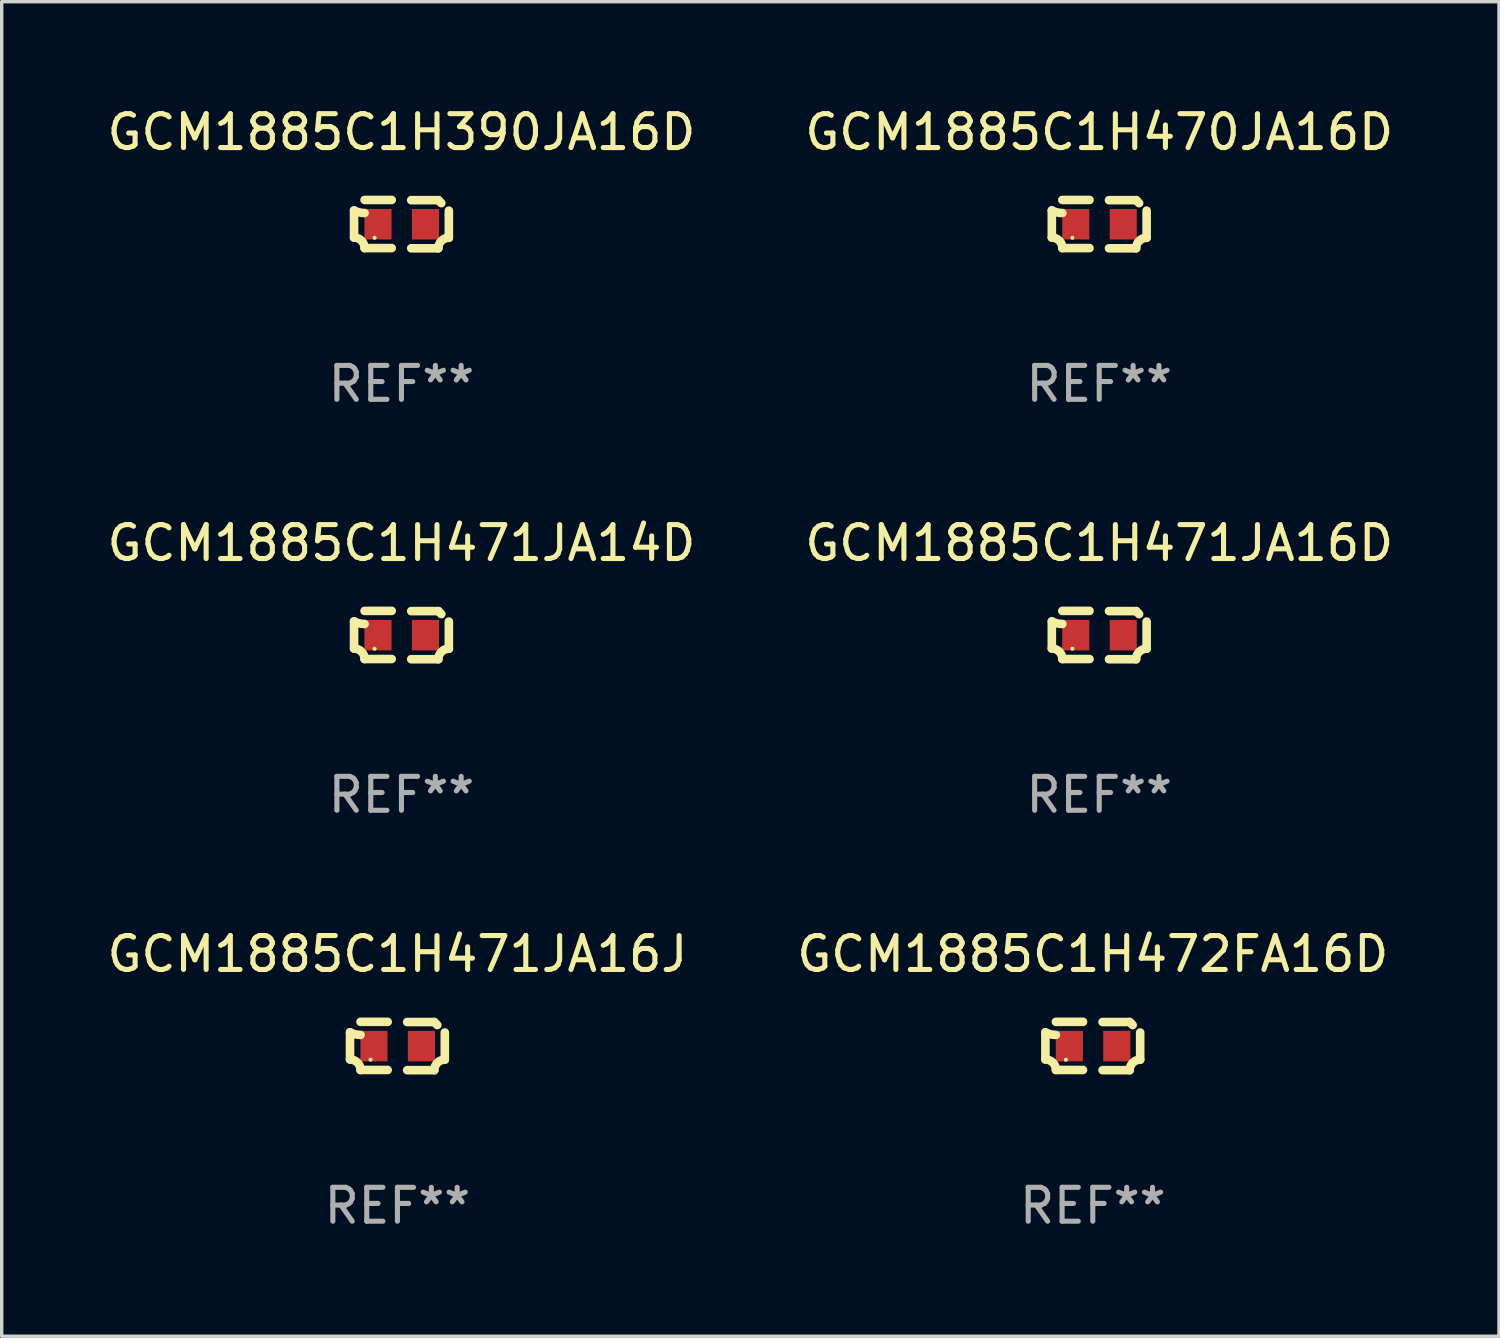
<source format=kicad_pcb>
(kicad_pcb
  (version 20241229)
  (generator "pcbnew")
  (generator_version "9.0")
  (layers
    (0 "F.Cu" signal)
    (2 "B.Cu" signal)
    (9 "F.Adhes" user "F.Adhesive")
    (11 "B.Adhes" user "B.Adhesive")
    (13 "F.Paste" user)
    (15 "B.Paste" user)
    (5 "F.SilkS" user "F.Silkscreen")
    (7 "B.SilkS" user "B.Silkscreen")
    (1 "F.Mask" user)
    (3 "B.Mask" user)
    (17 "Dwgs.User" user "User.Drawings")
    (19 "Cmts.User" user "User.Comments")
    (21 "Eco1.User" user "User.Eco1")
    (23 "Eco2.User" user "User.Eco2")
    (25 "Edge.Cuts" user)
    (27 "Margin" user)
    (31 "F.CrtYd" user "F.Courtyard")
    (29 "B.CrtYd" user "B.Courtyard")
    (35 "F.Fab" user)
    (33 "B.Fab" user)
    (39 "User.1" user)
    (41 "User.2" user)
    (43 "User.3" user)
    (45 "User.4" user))
  (footprint "GCM1885C1H472FA16D"
    (layer "F.Cu")
    (at 29.185 27.805)
    (property "Reference" "GCM1885C1H472FA16D" (at 0 -2.713 0) (layer "F.SilkS") (effects (font (size 1 1) (thickness 0.15))))
    (attr through_hole)
    (fp_line (start -1.398 -0.403) (end -1.398 0.397) (stroke (width 0.254) (type solid)) (layer "F.SilkS"))
    (fp_line (start -0.288 -0.713) (end -1.088 -0.713) (stroke (width 0.254) (type solid)) (layer "F.SilkS"))
    (fp_line (start -0.288 0.707) (end -1.088 0.707) (stroke (width 0.254) (type solid)) (layer "F.SilkS"))
    (fp_line (start 0.288 -0.707) (end 1.088 -0.707) (stroke (width 0.254) (type solid)) (layer "F.SilkS"))
    (fp_line (start 0.288 0.713) (end 1.088 0.713) (stroke (width 0.254) (type solid)) (layer "F.SilkS"))
    (fp_line (start 1.398 -0.397) (end 1.398 0.403) (stroke (width 0.254) (type solid)) (layer "F.SilkS"))
    (fp_arc (start -1.397789 0.397066) (mid -1.178701 0.487826) (end -1.08796 0.706922) (stroke (width 0.254001) (type solid)) (layer "F.SilkS"))
    (fp_arc (start -1.08796 -0.327176) (mid -1.247436 -0.346384) (end -1.39779 -0.402908) (stroke (width 0.254001) (type solid)) (layer "F.SilkS"))
    (fp_arc (start 1.087909 0.712738) (mid 1.178656 0.493655) (end 1.397739 0.402908) (stroke (width 0.254001) (type solid)) (layer "F.SilkS"))
    (fp_arc (start 1.175925 -0.618926) (mid 1.131917 -0.662923) (end 1.08791 -0.706922) (stroke (width 0.254001) (type solid)) (layer "F.SilkS"))
    (fp_circle (center -0.792 0.403) (end -0.762 0.403) (stroke (width 0.06) (type solid)) (fill no) (layer "F.SilkS"))
    (fp_text user "REF**" (at 0 4.713 0) (layer "F.Fab") (effects (font (size 1 1) (thickness 0.15))))
    (pad "1" smd rect (at -0.692 0.003) (size 0.8 0.9) (layers "F.Cu" "F.Mask" "F.Paste"))
    (pad "2" smd rect (at 0.708 0.003) (size 0.8 0.9) (layers "F.Cu" "F.Mask" "F.Paste")))
  (footprint "GCM1885C1H390JA16D"
    (layer "F.Cu")
    (at 8.792 3.561)
    (property "Reference" "GCM1885C1H390JA16D" (at 0 -2.713 0) (layer "F.SilkS") (effects (font (size 1 1) (thickness 0.15))))
    (attr through_hole)
    (fp_line (start -1.398 -0.403) (end -1.398 0.397) (stroke (width 0.254) (type solid)) (layer "F.SilkS"))
    (fp_line (start -0.288 -0.713) (end -1.088 -0.713) (stroke (width 0.254) (type solid)) (layer "F.SilkS"))
    (fp_line (start -0.288 0.707) (end -1.088 0.707) (stroke (width 0.254) (type solid)) (layer "F.SilkS"))
    (fp_line (start 0.288 -0.707) (end 1.088 -0.707) (stroke (width 0.254) (type solid)) (layer "F.SilkS"))
    (fp_line (start 0.288 0.713) (end 1.088 0.713) (stroke (width 0.254) (type solid)) (layer "F.SilkS"))
    (fp_line (start 1.398 -0.397) (end 1.398 0.403) (stroke (width 0.254) (type solid)) (layer "F.SilkS"))
    (fp_arc (start -1.397789 0.397066) (mid -1.178701 0.487826) (end -1.08796 0.706922) (stroke (width 0.254001) (type solid)) (layer "F.SilkS"))
    (fp_arc (start -1.08796 -0.327176) (mid -1.247436 -0.346384) (end -1.39779 -0.402908) (stroke (width 0.254001) (type solid)) (layer "F.SilkS"))
    (fp_arc (start 1.087909 0.712738) (mid 1.178656 0.493655) (end 1.397739 0.402908) (stroke (width 0.254001) (type solid)) (layer "F.SilkS"))
    (fp_arc (start 1.175925 -0.618926) (mid 1.131917 -0.662923) (end 1.08791 -0.706922) (stroke (width 0.254001) (type solid)) (layer "F.SilkS"))
    (fp_circle (center -0.792 0.403) (end -0.762 0.403) (stroke (width 0.06) (type solid)) (fill no) (layer "F.SilkS"))
    (fp_text user "REF**" (at 0 4.713 0) (layer "F.Fab") (effects (font (size 1 1) (thickness 0.15))))
    (pad "1" smd rect (at -0.692 0.003) (size 0.8 0.9) (layers "F.Cu" "F.Mask" "F.Paste"))
    (pad "2" smd rect (at 0.708 0.003) (size 0.8 0.9) (layers "F.Cu" "F.Mask" "F.Paste")))
  (footprint "GCM1885C1H471JA16D"
    (layer "F.Cu")
    (at 29.375 15.683)
    (property "Reference" "GCM1885C1H471JA16D" (at 0 -2.713 0) (layer "F.SilkS") (effects (font (size 1 1) (thickness 0.15))))
    (attr through_hole)
    (fp_line (start -1.398 -0.403) (end -1.398 0.397) (stroke (width 0.254) (type solid)) (layer "F.SilkS"))
    (fp_line (start -0.288 -0.713) (end -1.088 -0.713) (stroke (width 0.254) (type solid)) (layer "F.SilkS"))
    (fp_line (start -0.288 0.707) (end -1.088 0.707) (stroke (width 0.254) (type solid)) (layer "F.SilkS"))
    (fp_line (start 0.288 -0.707) (end 1.088 -0.707) (stroke (width 0.254) (type solid)) (layer "F.SilkS"))
    (fp_line (start 0.288 0.713) (end 1.088 0.713) (stroke (width 0.254) (type solid)) (layer "F.SilkS"))
    (fp_line (start 1.398 -0.397) (end 1.398 0.403) (stroke (width 0.254) (type solid)) (layer "F.SilkS"))
    (fp_arc (start -1.397789 0.397066) (mid -1.178701 0.487826) (end -1.08796 0.706922) (stroke (width 0.254001) (type solid)) (layer "F.SilkS"))
    (fp_arc (start -1.08796 -0.327176) (mid -1.247436 -0.346384) (end -1.39779 -0.402908) (stroke (width 0.254001) (type solid)) (layer "F.SilkS"))
    (fp_arc (start 1.087909 0.712738) (mid 1.178656 0.493655) (end 1.397739 0.402908) (stroke (width 0.254001) (type solid)) (layer "F.SilkS"))
    (fp_arc (start 1.175925 -0.618926) (mid 1.131917 -0.662923) (end 1.08791 -0.706922) (stroke (width 0.254001) (type solid)) (layer "F.SilkS"))
    (fp_circle (center -0.792 0.403) (end -0.762 0.403) (stroke (width 0.06) (type solid)) (fill no) (layer "F.SilkS"))
    (fp_text user "REF**" (at 0 4.713 0) (layer "F.Fab") (effects (font (size 1 1) (thickness 0.15))))
    (pad "1" smd rect (at -0.692 0.003) (size 0.8 0.9) (layers "F.Cu" "F.Mask" "F.Paste"))
    (pad "2" smd rect (at 0.708 0.003) (size 0.8 0.9) (layers "F.Cu" "F.Mask" "F.Paste")))
  (footprint "GCM1885C1H471JA16J"
    (layer "F.Cu")
    (at 8.673 27.805)
    (property "Reference" "GCM1885C1H471JA16J" (at 0 -2.713 0) (layer "F.SilkS") (effects (font (size 1 1) (thickness 0.15))))
    (attr through_hole)
    (fp_line (start -1.398 -0.403) (end -1.398 0.397) (stroke (width 0.254) (type solid)) (layer "F.SilkS"))
    (fp_line (start -0.288 -0.713) (end -1.088 -0.713) (stroke (width 0.254) (type solid)) (layer "F.SilkS"))
    (fp_line (start -0.288 0.707) (end -1.088 0.707) (stroke (width 0.254) (type solid)) (layer "F.SilkS"))
    (fp_line (start 0.288 -0.707) (end 1.088 -0.707) (stroke (width 0.254) (type solid)) (layer "F.SilkS"))
    (fp_line (start 0.288 0.713) (end 1.088 0.713) (stroke (width 0.254) (type solid)) (layer "F.SilkS"))
    (fp_line (start 1.398 -0.397) (end 1.398 0.403) (stroke (width 0.254) (type solid)) (layer "F.SilkS"))
    (fp_arc (start -1.397789 0.397066) (mid -1.178701 0.487826) (end -1.08796 0.706922) (stroke (width 0.254001) (type solid)) (layer "F.SilkS"))
    (fp_arc (start -1.08796 -0.327176) (mid -1.247436 -0.346384) (end -1.39779 -0.402908) (stroke (width 0.254001) (type solid)) (layer "F.SilkS"))
    (fp_arc (start 1.087909 0.712738) (mid 1.178656 0.493655) (end 1.397739 0.402908) (stroke (width 0.254001) (type solid)) (layer "F.SilkS"))
    (fp_arc (start 1.175925 -0.618926) (mid 1.131917 -0.662923) (end 1.08791 -0.706922) (stroke (width 0.254001) (type solid)) (layer "F.SilkS"))
    (fp_circle (center -0.792 0.403) (end -0.762 0.403) (stroke (width 0.06) (type solid)) (fill no) (layer "F.SilkS"))
    (fp_text user "REF**" (at 0 4.713 0) (layer "F.Fab") (effects (font (size 1 1) (thickness 0.15))))
    (pad "1" smd rect (at -0.692 0.003) (size 0.8 0.9) (layers "F.Cu" "F.Mask" "F.Paste"))
    (pad "2" smd rect (at 0.708 0.003) (size 0.8 0.9) (layers "F.Cu" "F.Mask" "F.Paste")))
  (footprint "GCM1885C1H471JA14D"
    (layer "F.Cu")
    (at 8.792 15.683)
    (property "Reference" "GCM1885C1H471JA14D" (at 0 -2.713 0) (layer "F.SilkS") (effects (font (size 1 1) (thickness 0.15))))
    (attr through_hole)
    (fp_line (start -1.398 -0.403) (end -1.398 0.397) (stroke (width 0.254) (type solid)) (layer "F.SilkS"))
    (fp_line (start -0.288 -0.713) (end -1.088 -0.713) (stroke (width 0.254) (type solid)) (layer "F.SilkS"))
    (fp_line (start -0.288 0.707) (end -1.088 0.707) (stroke (width 0.254) (type solid)) (layer "F.SilkS"))
    (fp_line (start 0.288 -0.707) (end 1.088 -0.707) (stroke (width 0.254) (type solid)) (layer "F.SilkS"))
    (fp_line (start 0.288 0.713) (end 1.088 0.713) (stroke (width 0.254) (type solid)) (layer "F.SilkS"))
    (fp_line (start 1.398 -0.397) (end 1.398 0.403) (stroke (width 0.254) (type solid)) (layer "F.SilkS"))
    (fp_arc (start -1.397789 0.397066) (mid -1.178701 0.487826) (end -1.08796 0.706922) (stroke (width 0.254001) (type solid)) (layer "F.SilkS"))
    (fp_arc (start -1.08796 -0.327176) (mid -1.247436 -0.346384) (end -1.39779 -0.402908) (stroke (width 0.254001) (type solid)) (layer "F.SilkS"))
    (fp_arc (start 1.087909 0.712738) (mid 1.178656 0.493655) (end 1.397739 0.402908) (stroke (width 0.254001) (type solid)) (layer "F.SilkS"))
    (fp_arc (start 1.175925 -0.618926) (mid 1.131917 -0.662923) (end 1.08791 -0.706922) (stroke (width 0.254001) (type solid)) (layer "F.SilkS"))
    (fp_circle (center -0.792 0.403) (end -0.762 0.403) (stroke (width 0.06) (type solid)) (fill no) (layer "F.SilkS"))
    (fp_text user "REF**" (at 0 4.713 0) (layer "F.Fab") (effects (font (size 1 1) (thickness 0.15))))
    (pad "1" smd rect (at -0.692 0.003) (size 0.8 0.9) (layers "F.Cu" "F.Mask" "F.Paste"))
    (pad "2" smd rect (at 0.708 0.003) (size 0.8 0.9) (layers "F.Cu" "F.Mask" "F.Paste")))
  (footprint "GCM1885C1H470JA16D"
    (layer "F.Cu")
    (at 29.375 3.561)
    (property "Reference" "GCM1885C1H470JA16D" (at 0 -2.713 0) (layer "F.SilkS") (effects (font (size 1 1) (thickness 0.15))))
    (attr through_hole)
    (fp_line (start -1.398 -0.403) (end -1.398 0.397) (stroke (width 0.254) (type solid)) (layer "F.SilkS"))
    (fp_line (start -0.288 -0.713) (end -1.088 -0.713) (stroke (width 0.254) (type solid)) (layer "F.SilkS"))
    (fp_line (start -0.288 0.707) (end -1.088 0.707) (stroke (width 0.254) (type solid)) (layer "F.SilkS"))
    (fp_line (start 0.288 -0.707) (end 1.088 -0.707) (stroke (width 0.254) (type solid)) (layer "F.SilkS"))
    (fp_line (start 0.288 0.713) (end 1.088 0.713) (stroke (width 0.254) (type solid)) (layer "F.SilkS"))
    (fp_line (start 1.398 -0.397) (end 1.398 0.403) (stroke (width 0.254) (type solid)) (layer "F.SilkS"))
    (fp_arc (start -1.397789 0.397066) (mid -1.178701 0.487826) (end -1.08796 0.706922) (stroke (width 0.254001) (type solid)) (layer "F.SilkS"))
    (fp_arc (start -1.08796 -0.327176) (mid -1.247436 -0.346384) (end -1.39779 -0.402908) (stroke (width 0.254001) (type solid)) (layer "F.SilkS"))
    (fp_arc (start 1.087909 0.712738) (mid 1.178656 0.493655) (end 1.397739 0.402908) (stroke (width 0.254001) (type solid)) (layer "F.SilkS"))
    (fp_arc (start 1.175925 -0.618926) (mid 1.131917 -0.662923) (end 1.08791 -0.706922) (stroke (width 0.254001) (type solid)) (layer "F.SilkS"))
    (fp_circle (center -0.792 0.403) (end -0.762 0.403) (stroke (width 0.06) (type solid)) (fill no) (layer "F.SilkS"))
    (fp_text user "REF**" (at 0 4.713 0) (layer "F.Fab") (effects (font (size 1 1) (thickness 0.15))))
    (pad "1" smd rect (at -0.692 0.003) (size 0.8 0.9) (layers "F.Cu" "F.Mask" "F.Paste"))
    (pad "2" smd rect (at 0.708 0.003) (size 0.8 0.9) (layers "F.Cu" "F.Mask" "F.Paste")))
  (gr_rect
    (start -3 -3)
    (end 41.167 36.366)
    (stroke (width 0.1) (type default))
    (fill no)
    (layer "Edge.Cuts")))
</source>
